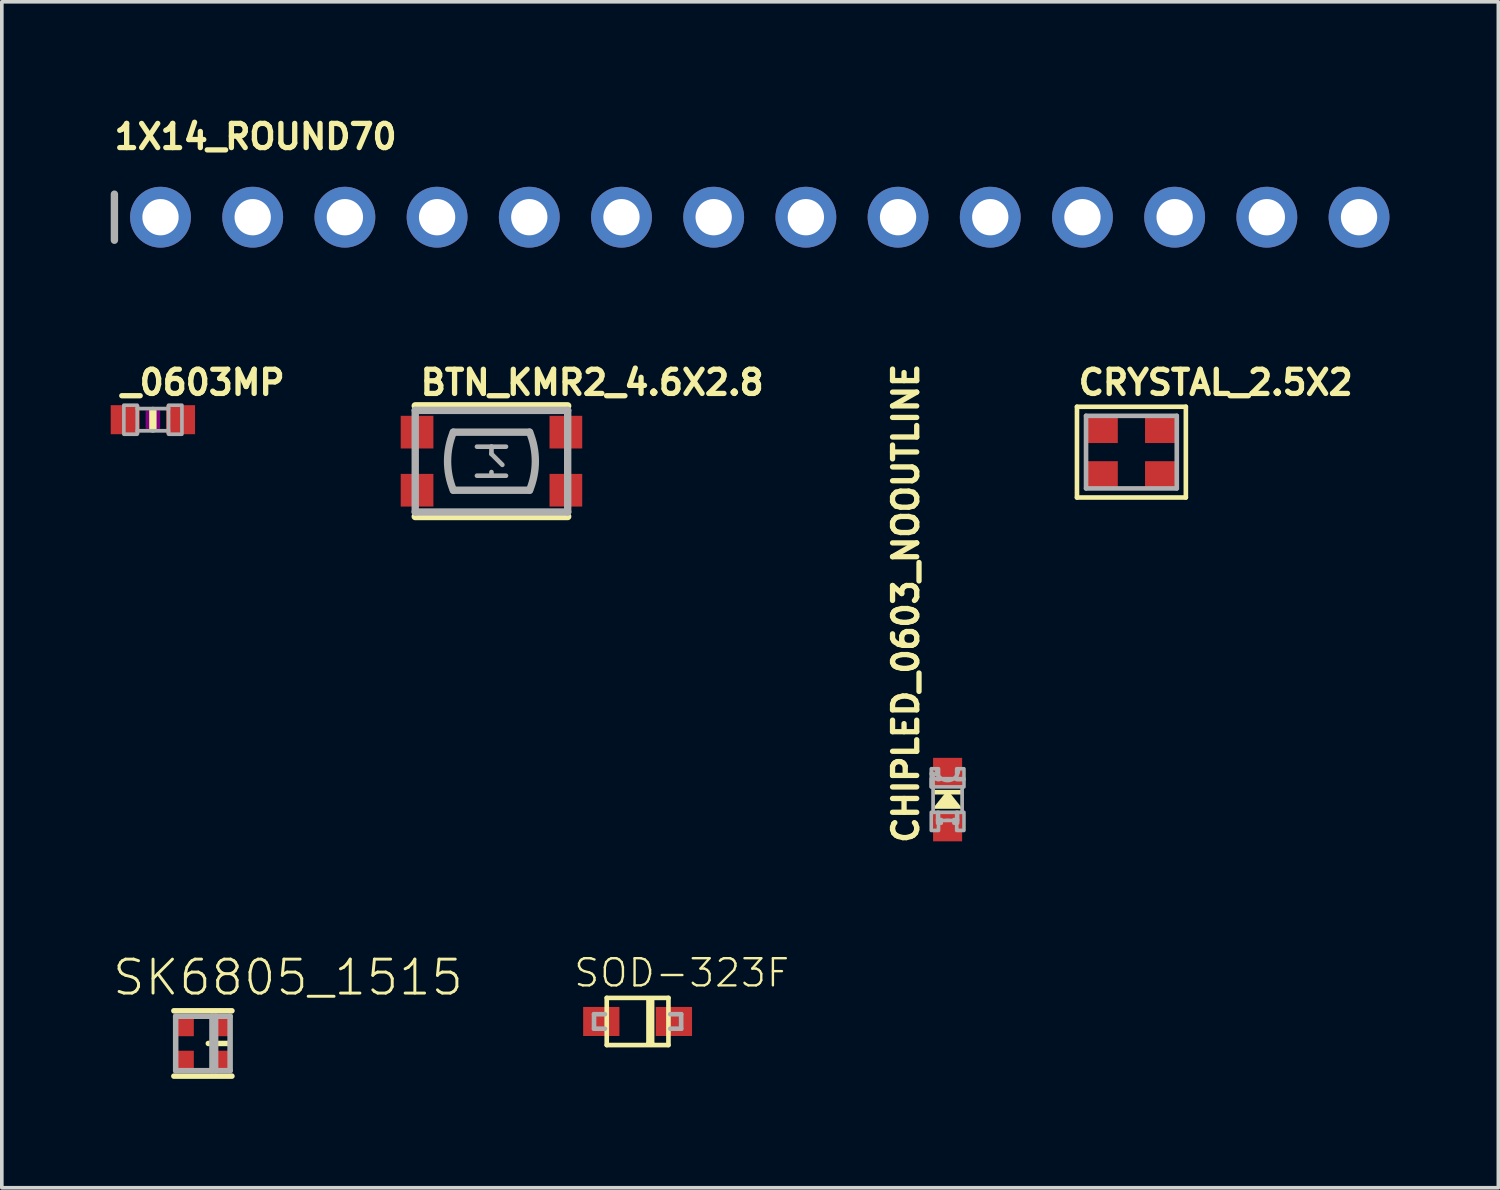
<source format=kicad_pcb>
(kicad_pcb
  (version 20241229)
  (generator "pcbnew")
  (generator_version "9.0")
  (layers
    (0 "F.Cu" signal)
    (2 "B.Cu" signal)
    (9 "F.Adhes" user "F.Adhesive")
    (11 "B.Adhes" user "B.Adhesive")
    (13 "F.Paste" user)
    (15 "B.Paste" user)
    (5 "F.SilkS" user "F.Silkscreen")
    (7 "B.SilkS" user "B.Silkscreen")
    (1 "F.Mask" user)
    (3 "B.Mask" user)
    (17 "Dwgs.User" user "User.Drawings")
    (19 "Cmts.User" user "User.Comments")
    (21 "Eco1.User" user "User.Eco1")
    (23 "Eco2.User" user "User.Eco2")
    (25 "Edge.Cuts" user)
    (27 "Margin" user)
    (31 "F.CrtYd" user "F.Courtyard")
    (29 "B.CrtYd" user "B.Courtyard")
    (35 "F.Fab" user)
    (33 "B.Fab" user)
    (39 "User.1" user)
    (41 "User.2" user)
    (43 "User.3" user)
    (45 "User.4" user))
  (footprint "SOD-323F"
    (layer "F.Cu")
    (at 14.516 25.092)
    (property "Reference" "SOD-323F" (at -1.8 -0.9 0) (layer "F.SilkS") (effects (font (size 0.748 0.748) (thickness 0.065)) (justify left bottom)))
    (fp_line (start -0.85 -0.65) (end 0.85 -0.65) (stroke (width 0.127) (type solid)) (layer "F.SilkS"))
    (fp_line (start -0.85 0.65) (end -0.85 -0.65) (stroke (width 0.127) (type solid)) (layer "F.SilkS"))
    (fp_line (start 0.3 0.6) (end 0.3 -0.6) (stroke (width 0.127) (type solid)) (layer "F.SilkS"))
    (fp_line (start 0.4 -0.6) (end 0.4 0.6) (stroke (width 0.127) (type solid)) (layer "F.SilkS"))
    (fp_line (start 0.4 0.6) (end 0.3 0.6) (stroke (width 0.127) (type solid)) (layer "F.SilkS"))
    (fp_line (start 0.85 -0.65) (end 0.85 0.65) (stroke (width 0.127) (type solid)) (layer "F.SilkS"))
    (fp_line (start 0.85 0.65) (end -0.85 0.65) (stroke (width 0.127) (type solid)) (layer "F.SilkS"))
    (fp_line (start -1.2 -0.2) (end -1.2 0.2) (stroke (width 0.127) (type solid)) (layer "F.Fab"))
    (fp_line (start -1.2 0.2) (end -0.9 0.2) (stroke (width 0.127) (type solid)) (layer "F.Fab"))
    (fp_line (start -0.9 -0.2) (end -1.2 -0.2) (stroke (width 0.127) (type solid)) (layer "F.Fab"))
    (fp_line (start 0.9 -0.2) (end 1.2 -0.2) (stroke (width 0.127) (type solid)) (layer "F.Fab"))
    (fp_line (start 1.2 -0.2) (end 1.2 0.2) (stroke (width 0.127) (type solid)) (layer "F.Fab"))
    (fp_line (start 1.2 0.2) (end 0.9 0.2) (stroke (width 0.127) (type solid)) (layer "F.Fab"))
    (pad "A" smd rect (at -1 0) (size 1 0.8) (layers "F.Cu" "F.Mask" "F.Paste"))
    (pad "C" smd rect (at 1 0) (size 1 0.8) (layers "F.Cu" "F.Mask" "F.Paste")))
  (footprint "SK6805_1515"
    (layer "F.Cu")
    (at 2.54 25.698)
    (property "Reference" "SK6805_1515" (at -2.54 -1.27 0) (layer "F.SilkS") (effects (font (size 0.935 0.935) (thickness 0.081)) (justify left bottom)))
    (fp_line (start -0.8 -0.9) (end 0.8 -0.9) (stroke (width 0.152) (type solid)) (layer "F.SilkS"))
    (fp_line (start -0.8 0.9) (end 0.8 0.9) (stroke (width 0.152) (type solid)) (layer "F.SilkS"))
    (fp_line (start 0.7 0) (end 0.15 0) (stroke (width 0.152) (type solid)) (layer "F.SilkS"))
    (fp_line (start -0.75 -0.75) (end 0.25 -0.75) (stroke (width 0.152) (type solid)) (layer "F.Fab"))
    (fp_line (start -0.75 0.75) (end -0.75 -0.75) (stroke (width 0.152) (type solid)) (layer "F.Fab"))
    (fp_line (start 0.25 -0.75) (end 0.25 0.75) (stroke (width 0.152) (type solid)) (layer "F.Fab"))
    (fp_line (start 0.25 0.75) (end -0.75 0.75) (stroke (width 0.152) (type solid)) (layer "F.Fab"))
    (fp_line (start 0.25 0.75) (end 0.35 0.75) (stroke (width 0.152) (type solid)) (layer "F.Fab"))
    (fp_line (start 0.35 -0.75) (end 0.25 -0.75) (stroke (width 0.152) (type solid)) (layer "F.Fab"))
    (fp_line (start 0.35 -0.75) (end 0.75 -0.75) (stroke (width 0.152) (type solid)) (layer "F.Fab"))
    (fp_line (start 0.35 0.75) (end 0.35 -0.75) (stroke (width 0.152) (type solid)) (layer "F.Fab"))
    (fp_line (start 0.75 -0.75) (end 0.75 0.75) (stroke (width 0.152) (type solid)) (layer "F.Fab"))
    (fp_line (start 0.75 0.75) (end 0.35 0.75) (stroke (width 0.152) (type solid)) (layer "F.Fab"))
    (pad "1" smd rect (at -0.5 0.45) (size 0.5 0.5) (layers "F.Cu" "F.Mask" "F.Paste"))
    (pad "2" smd rect (at 0.5 0.45) (size 0.5 0.5) (layers "F.Cu" "F.Mask" "F.Paste"))
    (pad "3" smd rect (at 0.5 -0.45) (size 0.5 0.5) (layers "F.Cu" "F.Mask" "F.Paste"))
    (pad "4" smd rect (at -0.5 -0.45) (size 0.5 0.5) (layers "F.Cu" "F.Mask" "F.Paste")))
  (footprint "1X14_ROUND70"
    (layer "F.Cu")
    (at 17.882 2.934)
    (property "Reference" "1X14_ROUND70" (at -17.856 -1.829 0) (layer "F.SilkS") (effects (font (size 0.666 0.666) (thickness 0.146)) (justify left bottom)))
    (fp_line (start -17.78 -0.635) (end -17.78 0.635) (stroke (width 0.203) (type solid)) (layer "F.Fab"))
    (fp_poly (pts (xy -16.764 0.254) (xy -16.256 0.254) (xy -16.256 -0.254) (xy -16.764 -0.254)) (stroke (width 0.1) (type default)) (fill no) (layer "F.Fab"))
    (fp_poly (pts (xy -14.224 0.254) (xy -13.716 0.254) (xy -13.716 -0.254) (xy -14.224 -0.254)) (stroke (width 0.1) (type default)) (fill no) (layer "F.Fab"))
    (fp_poly (pts (xy -11.684 0.254) (xy -11.176 0.254) (xy -11.176 -0.254) (xy -11.684 -0.254)) (stroke (width 0.1) (type default)) (fill no) (layer "F.Fab"))
    (fp_poly (pts (xy -9.144 0.254) (xy -8.636 0.254) (xy -8.636 -0.254) (xy -9.144 -0.254)) (stroke (width 0.1) (type default)) (fill no) (layer "F.Fab"))
    (fp_poly (pts (xy -6.604 0.254) (xy -6.096 0.254) (xy -6.096 -0.254) (xy -6.604 -0.254)) (stroke (width 0.1) (type default)) (fill no) (layer "F.Fab"))
    (fp_poly (pts (xy -4.064 0.254) (xy -3.556 0.254) (xy -3.556 -0.254) (xy -4.064 -0.254)) (stroke (width 0.1) (type default)) (fill no) (layer "F.Fab"))
    (fp_poly (pts (xy -1.524 0.254) (xy -1.016 0.254) (xy -1.016 -0.254) (xy -1.524 -0.254)) (stroke (width 0.1) (type default)) (fill no) (layer "F.Fab"))
    (fp_poly (pts (xy 1.016 0.254) (xy 1.524 0.254) (xy 1.524 -0.254) (xy 1.016 -0.254)) (stroke (width 0.1) (type default)) (fill no) (layer "F.Fab"))
    (fp_poly (pts (xy 3.556 0.254) (xy 4.064 0.254) (xy 4.064 -0.254) (xy 3.556 -0.254)) (stroke (width 0.1) (type default)) (fill no) (layer "F.Fab"))
    (fp_poly (pts (xy 6.096 0.254) (xy 6.604 0.254) (xy 6.604 -0.254) (xy 6.096 -0.254)) (stroke (width 0.1) (type default)) (fill no) (layer "F.Fab"))
    (fp_poly (pts (xy 8.636 0.254) (xy 9.144 0.254) (xy 9.144 -0.254) (xy 8.636 -0.254)) (stroke (width 0.1) (type default)) (fill no) (layer "F.Fab"))
    (fp_poly (pts (xy 11.176 0.254) (xy 11.684 0.254) (xy 11.684 -0.254) (xy 11.176 -0.254)) (stroke (width 0.1) (type default)) (fill no) (layer "F.Fab"))
    (fp_poly (pts (xy 13.716 0.254) (xy 14.224 0.254) (xy 14.224 -0.254) (xy 13.716 -0.254)) (stroke (width 0.1) (type default)) (fill no) (layer "F.Fab"))
    (fp_poly (pts (xy 16.256 0.254) (xy 16.764 0.254) (xy 16.764 -0.254) (xy 16.256 -0.254)) (stroke (width 0.1) (type default)) (fill no) (layer "F.Fab"))
    (pad "1" thru_hole circle (at -16.51 0 90) (size 1.676 1.676) (drill 1) (layers "*.Cu" "*.Mask"))
    (pad "2" thru_hole circle (at -13.97 0 90) (size 1.676 1.676) (drill 1) (layers "*.Cu" "*.Mask"))
    (pad "3" thru_hole circle (at -11.43 0 90) (size 1.676 1.676) (drill 1) (layers "*.Cu" "*.Mask"))
    (pad "4" thru_hole circle (at -8.89 0 90) (size 1.676 1.676) (drill 1) (layers "*.Cu" "*.Mask"))
    (pad "5" thru_hole circle (at -6.35 0 90) (size 1.676 1.676) (drill 1) (layers "*.Cu" "*.Mask"))
    (pad "6" thru_hole circle (at -3.81 0 90) (size 1.676 1.676) (drill 1) (layers "*.Cu" "*.Mask"))
    (pad "7" thru_hole circle (at -1.27 0 90) (size 1.676 1.676) (drill 1) (layers "*.Cu" "*.Mask"))
    (pad "8" thru_hole circle (at 1.27 0 90) (size 1.676 1.676) (drill 1) (layers "*.Cu" "*.Mask"))
    (pad "9" thru_hole circle (at 3.81 0 90) (size 1.676 1.676) (drill 1) (layers "*.Cu" "*.Mask"))
    (pad "10" thru_hole circle (at 6.35 0 90) (size 1.676 1.676) (drill 1) (layers "*.Cu" "*.Mask"))
    (pad "11" thru_hole circle (at 8.89 0 90) (size 1.676 1.676) (drill 1) (layers "*.Cu" "*.Mask"))
    (pad "12" thru_hole circle (at 11.43 0 90) (size 1.676 1.676) (drill 1) (layers "*.Cu" "*.Mask"))
    (pad "13" thru_hole circle (at 13.97 0 90) (size 1.676 1.676) (drill 1) (layers "*.Cu" "*.Mask"))
    (pad "14" thru_hole circle (at 16.51 0 90) (size 1.676 1.676) (drill 1) (layers "*.Cu" "*.Mask")))
  (footprint "CRYSTAL_2.5X2"
    (layer "F.Cu")
    (at 28.121 9.406)
    (property "Reference" "CRYSTAL_2.5X2" (at -1.532 -1.528 0) (layer "F.SilkS") (effects (font (size 0.666 0.666) (thickness 0.146)) (justify left bottom)))
    (fp_line (start -1.5 -1.25) (end 1.5 -1.25) (stroke (width 0.127) (type solid)) (layer "F.SilkS"))
    (fp_line (start -1.5 1.25) (end -1.5 -1.25) (stroke (width 0.127) (type solid)) (layer "F.SilkS"))
    (fp_line (start 1.5 -1.25) (end 1.5 1.25) (stroke (width 0.127) (type solid)) (layer "F.SilkS"))
    (fp_line (start 1.5 1.25) (end -1.5 1.25) (stroke (width 0.127) (type solid)) (layer "F.SilkS"))
    (fp_line (start -1.25 -1) (end 1.25 -1) (stroke (width 0.127) (type solid)) (layer "F.Fab"))
    (fp_line (start -1.25 1) (end -1.25 -1) (stroke (width 0.127) (type solid)) (layer "F.Fab"))
    (fp_line (start 1.25 -1) (end 1.25 1) (stroke (width 0.127) (type solid)) (layer "F.Fab"))
    (fp_line (start 1.25 1) (end -1.25 1) (stroke (width 0.127) (type solid)) (layer "F.Fab"))
    (pad "1" smd rect (at -0.825 0.625) (size 0.9 0.75) (layers "F.Cu" "F.Mask" "F.Paste"))
    (pad "2" smd rect (at 0.825 0.625) (size 0.9 0.75) (layers "F.Cu" "F.Mask" "F.Paste"))
    (pad "3" smd rect (at 0.825 -0.625) (size 0.9 0.75) (layers "F.Cu" "F.Mask" "F.Paste"))
    (pad "4" smd rect (at -0.825 -0.625) (size 0.9 0.75) (layers "F.Cu" "F.Mask" "F.Paste")))
  (footprint "BTN_KMR2_4.6X2.8"
    (layer "F.Cu")
    (at 10.49 9.656)
    (property "Reference" "BTN_KMR2_4.6X2.8" (at -2.032 -1.778 0) (layer "F.SilkS") (effects (font (size 0.666 0.666) (thickness 0.146)) (justify left bottom)))
    (fp_line (start -2.1 -1.525) (end 2.1 -1.525) (stroke (width 0.203) (type solid)) (layer "F.SilkS"))
    (fp_line (start 2.1 1.525) (end -2.1 1.525) (stroke (width 0.203) (type solid)) (layer "F.SilkS"))
    (fp_line (start -2.1 -1.4) (end 2.1 -1.4) (stroke (width 0.203) (type solid)) (layer "F.Fab"))
    (fp_line (start -2.1 1.4) (end -2.1 -1.4) (stroke (width 0.203) (type solid)) (layer "F.Fab"))
    (fp_line (start -1.05 -0.8) (end 1.05 -0.8) (stroke (width 0.203) (type solid)) (layer "F.Fab"))
    (fp_line (start -0.4 -0.4) (end 0 -0.4) (stroke (width 0.127) (type solid)) (layer "F.Fab"))
    (fp_line (start -0.4 0.4) (end 0 0.4) (stroke (width 0.127) (type solid)) (layer "F.Fab"))
    (fp_line (start 0 -0.4) (end 0 -0.2) (stroke (width 0.127) (type solid)) (layer "F.Fab"))
    (fp_line (start 0 -0.4) (end 0.4 -0.4) (stroke (width 0.127) (type solid)) (layer "F.Fab"))
    (fp_line (start 0 -0.2) (end 0.3 0.1) (stroke (width 0.127) (type solid)) (layer "F.Fab"))
    (fp_line (start 0 0.4) (end 0 0.3) (stroke (width 0.127) (type solid)) (layer "F.Fab"))
    (fp_line (start 0 0.4) (end 0.4 0.4) (stroke (width 0.127) (type solid)) (layer "F.Fab"))
    (fp_line (start 1.05 0.8) (end -1.05 0.8) (stroke (width 0.203) (type solid)) (layer "F.Fab"))
    (fp_line (start 2.1 -1.4) (end 2.1 1.4) (stroke (width 0.203) (type solid)) (layer "F.Fab"))
    (fp_line (start 2.1 1.4) (end -2.1 1.4) (stroke (width 0.203) (type solid)) (layer "F.Fab"))
    (fp_arc (start -1.05 0.8) (mid -1.209128 0) (end -1.05 -0.799999) (stroke (width 0.2032) (type solid)) (layer "F.Fab"))
    (fp_arc (start 1.05 -0.8) (mid 1.209128 0) (end 1.05 0.799999) (stroke (width 0.2032) (type solid)) (layer "F.Fab"))
    (pad "A" smd rect (at 2.05 -0.8) (size 0.9 0.9) (layers "F.Cu" "F.Mask" "F.Paste"))
    (pad "A'" smd rect (at -2.05 -0.8) (size 0.9 0.9) (layers "F.Cu" "F.Mask" "F.Paste"))
    (pad "B" smd rect (at 2.05 0.8) (size 0.9 0.9) (layers "F.Cu" "F.Mask" "F.Paste"))
    (pad "B'" smd rect (at -2.05 0.8) (size 0.9 0.9) (layers "F.Cu" "F.Mask" "F.Paste")))
  (footprint "CHIPLED_0603_NOOUTLINE"
    (layer "F.Cu")
    (at 23.057 18.979)
    (property "Reference" "CHIPLED_0603_NOOUTLINE" (at -0.762 1.27 90) (layer "F.SilkS") (effects (font (size 0.666 0.666) (thickness 0.146)) (justify left bottom)))
    (fp_poly (pts (xy 0.413 0.254) (xy -0.413 0.254) (xy 0 -0.262)) (stroke (width 0) (type default)) (fill yes) (layer "F.SilkS"))
    (fp_poly (pts (xy -0.381 -0.14) (xy 0.381 -0.14) (xy 0.381 -0.267) (xy -0.381 -0.267)) (stroke (width 0) (type default)) (fill yes) (layer "F.SilkS"))
    (fp_line (start -0.4 -0.375) (end -0.4 0.35) (stroke (width 0.102) (type solid)) (layer "F.Fab"))
    (fp_line (start 0.4 -0.35) (end 0.4 0.35) (stroke (width 0.102) (type solid)) (layer "F.Fab"))
    (fp_arc (start -0.275 0.825) (mid 0 0.55) (end 0.275 0.825) (stroke (width 0.0508) (type solid)) (layer "F.Fab"))
    (fp_arc (start 0.3 -0.799998) (mid -0.000001 -0.524966) (end -0.3 -0.8) (stroke (width 0.1016) (type solid)) (layer "F.Fab"))
    (fp_circle (center -0.35 -0.625) (end -0.275 -0.625) (stroke (width 0.051) (type solid)) (fill no) (layer "F.Fab"))
    (fp_poly (pts (xy -0.45 -0.7) (xy -0.25 -0.7) (xy -0.25 -0.85) (xy -0.45 -0.85)) (stroke (width 0.1) (type default)) (fill no) (layer "F.Fab"))
    (fp_poly (pts (xy -0.45 -0.35) (xy -0.4 -0.35) (xy -0.4 -0.725) (xy -0.45 -0.725)) (stroke (width 0.1) (type default)) (fill no) (layer "F.Fab"))
    (fp_poly (pts (xy -0.45 -0.35) (xy 0.45 -0.35) (xy 0.45 -0.575) (xy -0.45 -0.575)) (stroke (width 0.1) (type default)) (fill no) (layer "F.Fab"))
    (fp_poly (pts (xy -0.45 0.85) (xy -0.25 0.85) (xy -0.25 0.35) (xy -0.45 0.35)) (stroke (width 0.1) (type default)) (fill no) (layer "F.Fab"))
    (fp_poly (pts (xy -0.275 -0.55) (xy -0.225 -0.55) (xy -0.225 -0.6) (xy -0.275 -0.6)) (stroke (width 0.1) (type default)) (fill no) (layer "F.Fab"))
    (fp_poly (pts (xy -0.275 0.575) (xy 0.275 0.575) (xy 0.275 0.35) (xy -0.275 0.35)) (stroke (width 0.1) (type default)) (fill no) (layer "F.Fab"))
    (fp_poly (pts (xy -0.275 0.65) (xy -0.175 0.65) (xy -0.175 0.55) (xy -0.275 0.55)) (stroke (width 0.1) (type default)) (fill no) (layer "F.Fab"))
    (fp_poly (pts (xy 0.175 0.65) (xy 0.275 0.65) (xy 0.275 0.55) (xy 0.175 0.55)) (stroke (width 0.1) (type default)) (fill no) (layer "F.Fab"))
    (fp_poly (pts (xy 0.25 -0.55) (xy 0.45 -0.55) (xy 0.45 -0.85) (xy 0.25 -0.85)) (stroke (width 0.1) (type default)) (fill no) (layer "F.Fab"))
    (fp_poly (pts (xy 0.25 0.85) (xy 0.45 0.85) (xy 0.45 0.35) (xy 0.25 0.35)) (stroke (width 0.1) (type default)) (fill no) (layer "F.Fab"))
    (pad "A" smd rect (at 0 0.75) (size 0.8 0.8) (layers "F.Cu" "F.Mask" "F.Paste"))
    (pad "C" smd rect (at 0 -0.75) (size 0.8 0.8) (layers "F.Cu" "F.Mask" "F.Paste")))
  (footprint "_0603MP"
    (layer "F.Cu")
    (at 1.162 8.513)
    (property "Reference" "_0603MP" (at -0.953 -0.635 0) (layer "F.SilkS") (effects (font (size 0.666 0.666) (thickness 0.146)) (justify left bottom)))
    (fp_line (start 0 -0.254) (end 0 0.254) (stroke (width 0.203) (type solid)) (layer "F.SilkS"))
    (fp_poly (pts (xy -0.2 0.25) (xy 0.2 0.25) (xy 0.2 -0.25) (xy -0.2 -0.25)) (stroke (width 0) (type default)) (fill yes) (layer "F.Adhes"))
    (fp_line (start -0.432 0.306) (end 0.432 0.306) (stroke (width 0.102) (type solid)) (layer "F.Fab"))
    (fp_line (start 0.432 -0.306) (end -0.432 -0.306) (stroke (width 0.102) (type solid)) (layer "F.Fab"))
    (fp_poly (pts (xy -0.8 0.4) (xy -0.432 0.4) (xy -0.432 -0.4) (xy -0.8 -0.4)) (stroke (width 0.1) (type default)) (fill no) (layer "F.Fab"))
    (fp_poly (pts (xy 0.432 0.4) (xy 0.8 0.4) (xy 0.8 -0.4) (xy 0.432 -0.4)) (stroke (width 0.1) (type default)) (fill no) (layer "F.Fab"))
    (pad "1" smd rect (at -0.762 0) (size 0.8 0.8) (layers "F.Cu" "F.Mask" "F.Paste"))
    (pad "2" smd rect (at 0.762 0) (size 0.8 0.8) (layers "F.Cu" "F.Mask" "F.Paste")))
  (gr_rect
    (start -3 -3)
    (end 38.23 29.674)
    (stroke (width 0.1) (type default))
    (fill no)
    (layer "Edge.Cuts")))
</source>
